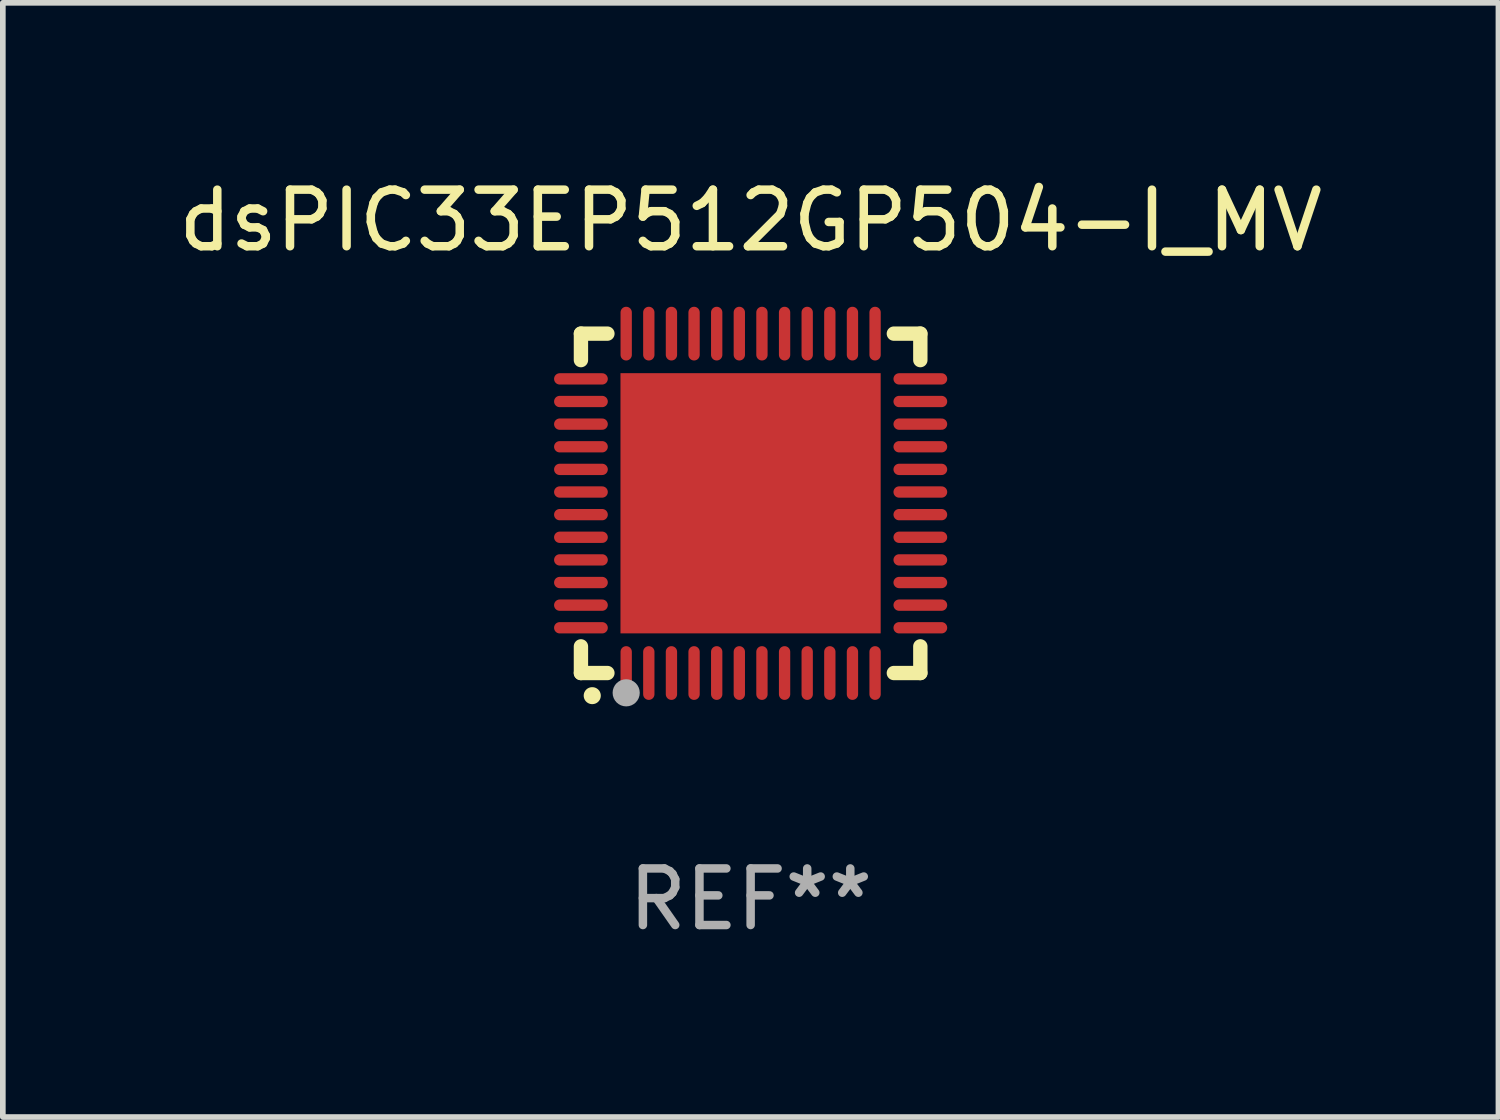
<source format=kicad_pcb>
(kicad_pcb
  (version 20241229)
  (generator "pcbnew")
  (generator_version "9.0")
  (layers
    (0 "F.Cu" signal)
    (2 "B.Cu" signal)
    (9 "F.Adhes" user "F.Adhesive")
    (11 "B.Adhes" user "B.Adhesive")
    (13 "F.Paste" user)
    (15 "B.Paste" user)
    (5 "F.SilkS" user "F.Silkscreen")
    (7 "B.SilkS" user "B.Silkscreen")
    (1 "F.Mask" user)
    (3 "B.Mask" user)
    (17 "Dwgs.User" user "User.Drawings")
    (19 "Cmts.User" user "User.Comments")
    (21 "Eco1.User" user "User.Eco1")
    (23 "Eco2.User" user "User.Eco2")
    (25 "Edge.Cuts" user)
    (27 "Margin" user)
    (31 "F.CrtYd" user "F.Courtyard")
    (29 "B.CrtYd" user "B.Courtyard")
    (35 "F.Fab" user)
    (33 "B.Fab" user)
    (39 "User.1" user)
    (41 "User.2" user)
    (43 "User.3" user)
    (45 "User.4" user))
  (footprint "dsPIC33EP512GP504-I_MV"
    (layer "F.Cu")
    (at 10.22 5.848)
    (property "Reference" "dsPIC33EP512GP504-I_MV" (at 0 -5 0) (layer "F.SilkS") (effects (font (size 1 1) (thickness 0.15))))
    (attr through_hole)
    (fp_line (start -3 -3) (end -2.532 -3) (stroke (width 0.254) (type solid)) (layer "F.SilkS"))
    (fp_line (start -3 -2.532) (end -3 -3) (stroke (width 0.254) (type solid)) (layer "F.SilkS"))
    (fp_line (start -3 3) (end -3 2.529) (stroke (width 0.254) (type solid)) (layer "F.SilkS"))
    (fp_line (start -2.532 3) (end -3 3) (stroke (width 0.254) (type solid)) (layer "F.SilkS"))
    (fp_line (start 2.532 -3) (end 3 -3) (stroke (width 0.254) (type solid)) (layer "F.SilkS"))
    (fp_line (start 3 -3) (end 3 -2.532) (stroke (width 0.254) (type solid)) (layer "F.SilkS"))
    (fp_line (start 3 2.529) (end 3 3) (stroke (width 0.254) (type solid)) (layer "F.SilkS"))
    (fp_line (start 3 3) (end 2.532 3) (stroke (width 0.254) (type solid)) (layer "F.SilkS"))
    (fp_arc (start -2.801295 3.400025) (mid -2.800025 3.40002) (end -2.798755 3.400025) (stroke (width 0.3) (type solid)) (layer "F.SilkS"))
    (fp_circle (center -3 3) (end -2.97 3) (stroke (width 0.06) (type solid)) (fill no) (layer "F.SilkS"))
    (fp_circle (center -2.2 3.35) (end -2.08 3.35) (stroke (width 0.24) (type solid)) (fill no) (layer "F.Fab"))
    (fp_text user "REF**" (at 0 7 0) (layer "F.Fab") (effects (font (size 1 1) (thickness 0.15))))
    (pad "1" smd oval (at -2.2 3) (size 0.2 0.95) (layers "F.Cu" "F.Mask" "F.Paste"))
    (pad "2" smd oval (at -1.8 3) (size 0.2 0.95) (layers "F.Cu" "F.Mask" "F.Paste"))
    (pad "3" smd oval (at -1.4 3) (size 0.2 0.95) (layers "F.Cu" "F.Mask" "F.Paste"))
    (pad "4" smd oval (at -1 3) (size 0.2 0.95) (layers "F.Cu" "F.Mask" "F.Paste"))
    (pad "5" smd oval (at -0.6 3) (size 0.2 0.95) (layers "F.Cu" "F.Mask" "F.Paste"))
    (pad "6" smd oval (at -0.2 3) (size 0.2 0.95) (layers "F.Cu" "F.Mask" "F.Paste"))
    (pad "7" smd oval (at 0.2 3) (size 0.2 0.95) (layers "F.Cu" "F.Mask" "F.Paste"))
    (pad "8" smd oval (at 0.6 3) (size 0.2 0.95) (layers "F.Cu" "F.Mask" "F.Paste"))
    (pad "9" smd oval (at 1 3) (size 0.2 0.95) (layers "F.Cu" "F.Mask" "F.Paste"))
    (pad "10" smd oval (at 1.4 3) (size 0.2 0.95) (layers "F.Cu" "F.Mask" "F.Paste"))
    (pad "11" smd oval (at 1.8 3) (size 0.2 0.95) (layers "F.Cu" "F.Mask" "F.Paste"))
    (pad "12" smd oval (at 2.2 3) (size 0.2 0.95) (layers "F.Cu" "F.Mask" "F.Paste"))
    (pad "13" smd oval (at 3 2.2 90) (size 0.2 0.95) (layers "F.Cu" "F.Mask" "F.Paste"))
    (pad "14" smd oval (at 3 1.8 90) (size 0.2 0.95) (layers "F.Cu" "F.Mask" "F.Paste"))
    (pad "15" smd oval (at 3 1.4 90) (size 0.2 0.95) (layers "F.Cu" "F.Mask" "F.Paste"))
    (pad "16" smd oval (at 3 1 90) (size 0.2 0.95) (layers "F.Cu" "F.Mask" "F.Paste"))
    (pad "17" smd oval (at 3 0.6 90) (size 0.2 0.95) (layers "F.Cu" "F.Mask" "F.Paste"))
    (pad "18" smd oval (at 3 0.2 90) (size 0.2 0.95) (layers "F.Cu" "F.Mask" "F.Paste"))
    (pad "19" smd oval (at 3 -0.2 90) (size 0.2 0.95) (layers "F.Cu" "F.Mask" "F.Paste"))
    (pad "20" smd oval (at 3 -0.6 90) (size 0.2 0.95) (layers "F.Cu" "F.Mask" "F.Paste"))
    (pad "21" smd oval (at 3 -1 90) (size 0.2 0.95) (layers "F.Cu" "F.Mask" "F.Paste"))
    (pad "22" smd oval (at 3 -1.4 90) (size 0.2 0.95) (layers "F.Cu" "F.Mask" "F.Paste"))
    (pad "23" smd oval (at 3 -1.8 90) (size 0.2 0.95) (layers "F.Cu" "F.Mask" "F.Paste"))
    (pad "24" smd oval (at 3 -2.2 90) (size 0.2 0.95) (layers "F.Cu" "F.Mask" "F.Paste"))
    (pad "25" smd oval (at 2.2 -3 180) (size 0.2 0.95) (layers "F.Cu" "F.Mask" "F.Paste"))
    (pad "26" smd oval (at 1.8 -3 180) (size 0.2 0.95) (layers "F.Cu" "F.Mask" "F.Paste"))
    (pad "27" smd oval (at 1.4 -3 180) (size 0.2 0.95) (layers "F.Cu" "F.Mask" "F.Paste"))
    (pad "28" smd oval (at 1 -3 180) (size 0.2 0.95) (layers "F.Cu" "F.Mask" "F.Paste"))
    (pad "29" smd oval (at 0.6 -3 180) (size 0.2 0.95) (layers "F.Cu" "F.Mask" "F.Paste"))
    (pad "30" smd oval (at 0.2 -3 180) (size 0.2 0.95) (layers "F.Cu" "F.Mask" "F.Paste"))
    (pad "31" smd oval (at -0.2 -3 180) (size 0.2 0.95) (layers "F.Cu" "F.Mask" "F.Paste"))
    (pad "32" smd oval (at -0.6 -3 180) (size 0.2 0.95) (layers "F.Cu" "F.Mask" "F.Paste"))
    (pad "33" smd oval (at -1 -3 180) (size 0.2 0.95) (layers "F.Cu" "F.Mask" "F.Paste"))
    (pad "34" smd oval (at -1.4 -3 180) (size 0.2 0.95) (layers "F.Cu" "F.Mask" "F.Paste"))
    (pad "35" smd oval (at -1.8 -3 180) (size 0.2 0.95) (layers "F.Cu" "F.Mask" "F.Paste"))
    (pad "36" smd oval (at -2.2 -3 180) (size 0.2 0.95) (layers "F.Cu" "F.Mask" "F.Paste"))
    (pad "37" smd oval (at -3 -2.2 270) (size 0.2 0.95) (layers "F.Cu" "F.Mask" "F.Paste"))
    (pad "38" smd oval (at -3 -1.8 270) (size 0.2 0.95) (layers "F.Cu" "F.Mask" "F.Paste"))
    (pad "39" smd oval (at -3 -1.4 270) (size 0.2 0.95) (layers "F.Cu" "F.Mask" "F.Paste"))
    (pad "40" smd oval (at -3 -1 270) (size 0.2 0.95) (layers "F.Cu" "F.Mask" "F.Paste"))
    (pad "41" smd oval (at -3 -0.6 270) (size 0.2 0.95) (layers "F.Cu" "F.Mask" "F.Paste"))
    (pad "42" smd oval (at -3 -0.2 270) (size 0.2 0.95) (layers "F.Cu" "F.Mask" "F.Paste"))
    (pad "43" smd oval (at -3 0.2 270) (size 0.2 0.95) (layers "F.Cu" "F.Mask" "F.Paste"))
    (pad "44" smd oval (at -3 0.6 270) (size 0.2 0.95) (layers "F.Cu" "F.Mask" "F.Paste"))
    (pad "45" smd oval (at -3 1 270) (size 0.2 0.95) (layers "F.Cu" "F.Mask" "F.Paste"))
    (pad "46" smd oval (at -3 1.4 270) (size 0.2 0.95) (layers "F.Cu" "F.Mask" "F.Paste"))
    (pad "47" smd oval (at -3 1.8 270) (size 0.2 0.95) (layers "F.Cu" "F.Mask" "F.Paste"))
    (pad "48" smd oval (at -3 2.2 270) (size 0.2 0.95) (layers "F.Cu" "F.Mask" "F.Paste"))
    (pad "49" smd rect (at -0.001 -0.001 180) (size 4.6 4.6) (layers "F.Cu" "F.Mask" "F.Paste")))
  (gr_rect
    (start -3 -3)
    (end 23.44 16.697)
    (stroke (width 0.1) (type default))
    (fill no)
    (layer "Edge.Cuts")))
</source>
